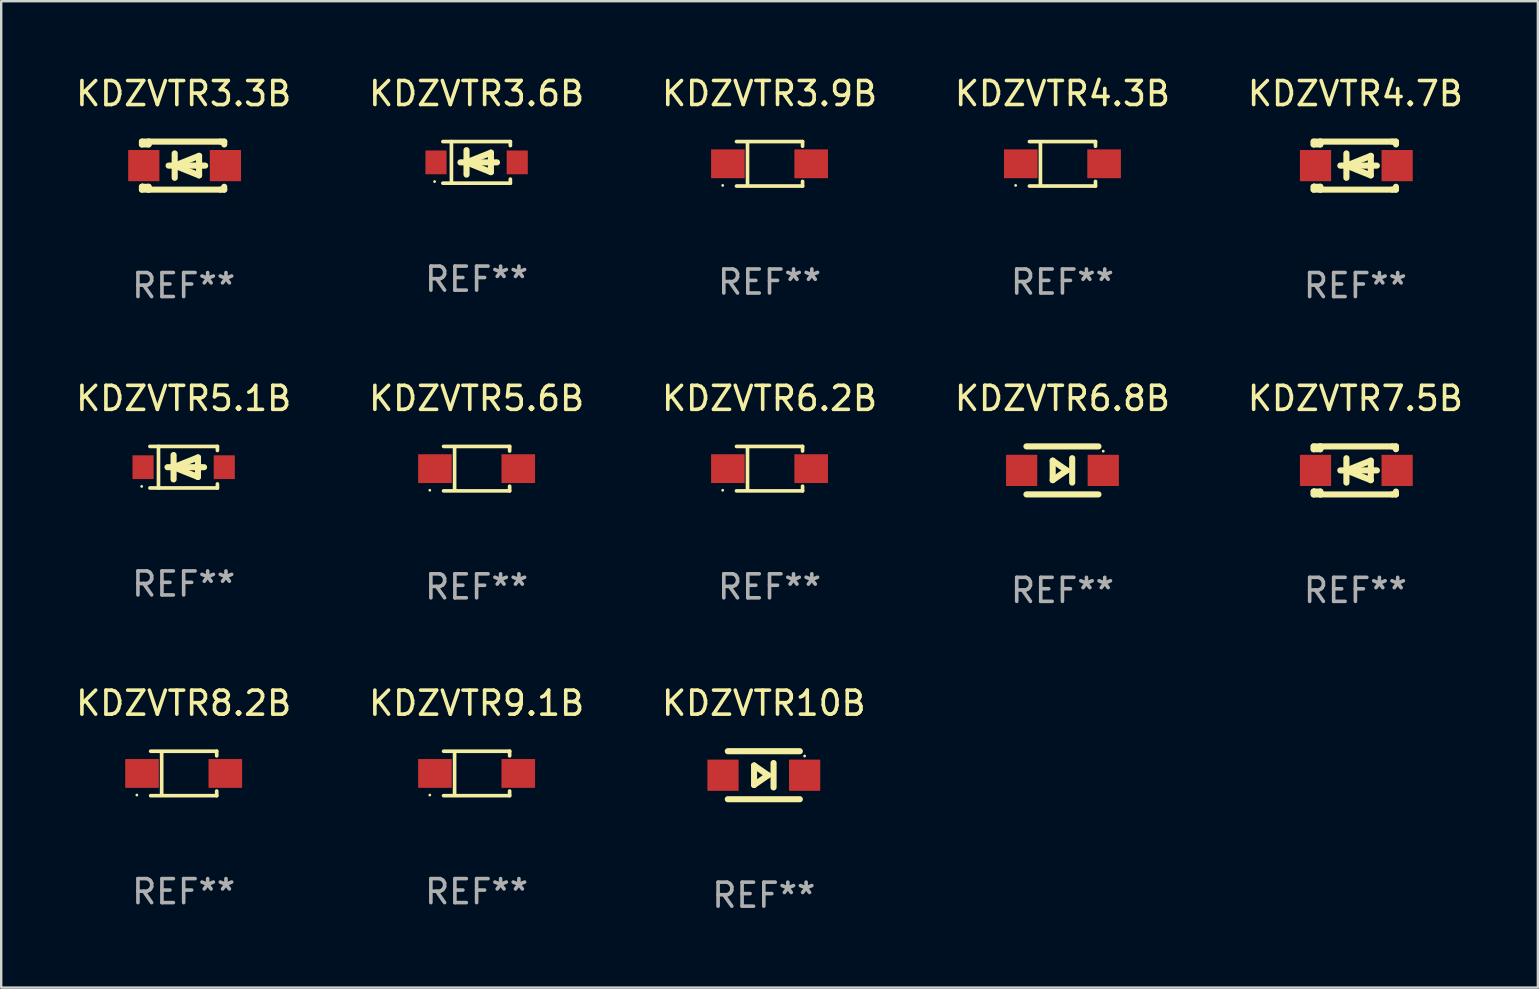
<source format=kicad_pcb>
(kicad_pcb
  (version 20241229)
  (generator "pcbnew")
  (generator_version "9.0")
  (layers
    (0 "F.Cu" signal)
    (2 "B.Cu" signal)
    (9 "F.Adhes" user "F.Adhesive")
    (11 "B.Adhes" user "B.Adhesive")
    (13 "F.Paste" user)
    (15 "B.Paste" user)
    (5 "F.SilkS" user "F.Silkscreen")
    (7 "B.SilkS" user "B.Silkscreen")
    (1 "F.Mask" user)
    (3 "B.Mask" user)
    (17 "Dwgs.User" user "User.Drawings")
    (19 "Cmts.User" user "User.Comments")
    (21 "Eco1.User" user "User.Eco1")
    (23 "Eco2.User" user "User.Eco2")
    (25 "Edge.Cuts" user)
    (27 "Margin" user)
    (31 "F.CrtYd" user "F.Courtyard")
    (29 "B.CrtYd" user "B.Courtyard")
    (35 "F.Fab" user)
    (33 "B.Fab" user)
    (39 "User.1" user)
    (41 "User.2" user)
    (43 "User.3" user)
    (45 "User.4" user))
  (footprint "KDZVTR3.3B"
    (layer "F.Cu")
    (at 4.601 3.849)
    (property "Reference" "KDZVTR3.3B" (at 0 -3 0) (layer "F.SilkS") (effects (font (size 1 1) (thickness 0.15))))
    (attr through_hole)
    (fp_line (start -1.739 -1) (end -1.739 -0.882) (stroke (width 0.254) (type solid)) (layer "F.SilkS"))
    (fp_line (start -1.739 1) (end -1.739 0.881) (stroke (width 0.254) (type solid)) (layer "F.SilkS"))
    (fp_line (start -1.461 -1) (end -1.739 -1) (stroke (width 0.254) (type solid)) (layer "F.SilkS"))
    (fp_line (start -1.461 -1) (end -1.461 -0.882) (stroke (width 0.254) (type solid)) (layer "F.SilkS"))
    (fp_line (start -1.461 -1) (end 1.539 -1) (stroke (width 0.254) (type solid)) (layer "F.SilkS"))
    (fp_line (start -1.461 -0.882) (end -1.739 -0.882) (stroke (width 0.254) (type solid)) (layer "F.SilkS"))
    (fp_line (start -1.461 0.881) (end -1.739 0.881) (stroke (width 0.254) (type solid)) (layer "F.SilkS"))
    (fp_line (start -1.461 0.881) (end -1.461 1) (stroke (width 0.254) (type solid)) (layer "F.SilkS"))
    (fp_line (start -1.461 1) (end -1.739 1) (stroke (width 0.254) (type solid)) (layer "F.SilkS"))
    (fp_line (start -0.628 -0.000394) (end 0.896 -0.000394) (stroke (width 0.254) (type solid)) (layer "F.SilkS"))
    (fp_line (start -0.374 -0.508) (end -0.374 0.508) (stroke (width 0.254) (type solid)) (layer "F.SilkS"))
    (fp_line (start -0.374 -0.000394) (end 0.642 -0.407) (stroke (width 0.254) (type solid)) (layer "F.SilkS"))
    (fp_line (start 0.642 -0.407) (end 0.642 0.406) (stroke (width 0.254) (type solid)) (layer "F.SilkS"))
    (fp_line (start 0.642 0.406) (end -0.374 -0.000394) (stroke (width 0.254) (type solid)) (layer "F.SilkS"))
    (fp_line (start 1.539 -1) (end 1.69 -1) (stroke (width 0.254) (type solid)) (layer "F.SilkS"))
    (fp_line (start 1.539 1) (end -1.461 1) (stroke (width 0.254) (type solid)) (layer "F.SilkS"))
    (fp_line (start 1.689 0.881) (end 1.689 1) (stroke (width 0.254) (type solid)) (layer "F.SilkS"))
    (fp_line (start 1.689 1) (end 1.539 1) (stroke (width 0.254) (type solid)) (layer "F.SilkS"))
    (fp_line (start 1.69 -1) (end 1.69 -0.882) (stroke (width 0.254) (type solid)) (layer "F.SilkS"))
    (fp_circle (center -1.711 0.8) (end -1.681 0.8) (stroke (width 0.06) (type solid)) (fill no) (layer "F.SilkS"))
    (fp_text user "REF**" (at 0 5 0) (layer "F.Fab") (effects (font (size 1 1) (thickness 0.15))))
    (pad "1" smd rect (at -1.661 -0.000394) (size 1.3 1.3) (layers "F.Cu" "F.Mask" "F.Paste"))
    (pad "2" smd rect (at 1.739 -0.000394) (size 1.3 1.3) (layers "F.Cu" "F.Mask" "F.Paste")))
  (footprint "KDZVTR3.9B"
    (layer "F.Cu")
    (at 29.006 3.774)
    (property "Reference" "KDZVTR3.9B" (at 0 -2.926 0) (layer "F.SilkS") (effects (font (size 1 1) (thickness 0.15))))
    (attr through_hole)
    (fp_line (start -1.376 -0.926) (end 1.376 -0.926) (stroke (width 0.152) (type solid)) (layer "F.SilkS"))
    (fp_line (start -1.376 0.926) (end 1.376 0.926) (stroke (width 0.152) (type solid)) (layer "F.SilkS"))
    (fp_line (start -0.917 -0.876) (end -0.917 0.876) (stroke (width 0.152) (type solid)) (layer "F.SilkS"))
    (fp_line (start 1.376 -0.926) (end 1.376 -0.733) (stroke (width 0.152) (type solid)) (layer "F.SilkS"))
    (fp_line (start 1.376 0.926) (end 1.376 0.733) (stroke (width 0.152) (type solid)) (layer "F.SilkS"))
    (fp_circle (center -1.95 0.9) (end -1.92 0.9) (stroke (width 0.06) (type solid)) (fill no) (layer "F.SilkS"))
    (fp_text user "REF**" (at 0 4.926 0) (layer "F.Fab") (effects (font (size 1 1) (thickness 0.15))))
    (pad "1" smd rect (at -1.735 0) (size 1.4 1.2) (layers "F.Cu" "F.Mask" "F.Paste"))
    (pad "2" smd rect (at 1.735 0) (size 1.4 1.2) (layers "F.Cu" "F.Mask" "F.Paste")))
  (footprint "KDZVTR5.1B"
    (layer "F.Cu")
    (at 4.601 16.412)
    (property "Reference" "KDZVTR5.1B" (at 0 -2.866 0) (layer "F.SilkS") (effects (font (size 1 1) (thickness 0.15))))
    (attr through_hole)
    (fp_line (start -1.406 -0.866) (end 1.406 -0.866) (stroke (width 0.152) (type solid)) (layer "F.SilkS"))
    (fp_line (start -1.406 0.866) (end 1.406 0.866) (stroke (width 0.152) (type solid)) (layer "F.SilkS"))
    (fp_line (start -1.049 -0.866) (end -1.049 0.866) (stroke (width 0.152) (type solid)) (layer "F.SilkS"))
    (fp_line (start -0.674 0) (end 0.85 0) (stroke (width 0.254) (type solid)) (layer "F.SilkS"))
    (fp_line (start -0.42 -0.508) (end -0.42 0.508) (stroke (width 0.254) (type solid)) (layer "F.SilkS"))
    (fp_line (start -0.42 0) (end 0.596 -0.406) (stroke (width 0.254) (type solid)) (layer "F.SilkS"))
    (fp_line (start 0.596 -0.406) (end 0.596 0.406) (stroke (width 0.254) (type solid)) (layer "F.SilkS"))
    (fp_line (start 0.596 0.406) (end -0.42 0) (stroke (width 0.254) (type solid)) (layer "F.SilkS"))
    (fp_line (start 1.406 -0.866) (end 1.406 -0.698) (stroke (width 0.152) (type solid)) (layer "F.SilkS"))
    (fp_line (start 1.406 0.866) (end 1.406 0.698) (stroke (width 0.152) (type solid)) (layer "F.SilkS"))
    (fp_circle (center -1.75 0.8) (end -1.72 0.8) (stroke (width 0.06) (type solid)) (fill no) (layer "F.SilkS"))
    (fp_text user "REF**" (at 0 4.866 0) (layer "F.Fab") (effects (font (size 1 1) (thickness 0.15))))
    (pad "1" smd rect (at -1.692 0) (size 0.88 0.99) (layers "F.Cu" "F.Mask" "F.Paste"))
    (pad "2" smd rect (at 1.692 0) (size 0.88 0.99) (layers "F.Cu" "F.Mask" "F.Paste")))
  (footprint "KDZVTR3.6B"
    (layer "F.Cu")
    (at 16.804 3.714)
    (property "Reference" "KDZVTR3.6B" (at 0 -2.866 0) (layer "F.SilkS") (effects (font (size 1 1) (thickness 0.15))))
    (attr through_hole)
    (fp_line (start -1.406 -0.866) (end 1.406 -0.866) (stroke (width 0.152) (type solid)) (layer "F.SilkS"))
    (fp_line (start -1.406 0.866) (end 1.406 0.866) (stroke (width 0.152) (type solid)) (layer "F.SilkS"))
    (fp_line (start -1.049 -0.866) (end -1.049 0.866) (stroke (width 0.152) (type solid)) (layer "F.SilkS"))
    (fp_line (start -0.674 0) (end 0.85 0) (stroke (width 0.254) (type solid)) (layer "F.SilkS"))
    (fp_line (start -0.42 -0.508) (end -0.42 0.508) (stroke (width 0.254) (type solid)) (layer "F.SilkS"))
    (fp_line (start -0.42 0) (end 0.596 -0.406) (stroke (width 0.254) (type solid)) (layer "F.SilkS"))
    (fp_line (start 0.596 -0.406) (end 0.596 0.406) (stroke (width 0.254) (type solid)) (layer "F.SilkS"))
    (fp_line (start 0.596 0.406) (end -0.42 0) (stroke (width 0.254) (type solid)) (layer "F.SilkS"))
    (fp_line (start 1.406 -0.866) (end 1.406 -0.698) (stroke (width 0.152) (type solid)) (layer "F.SilkS"))
    (fp_line (start 1.406 0.866) (end 1.406 0.698) (stroke (width 0.152) (type solid)) (layer "F.SilkS"))
    (fp_circle (center -1.75 0.8) (end -1.72 0.8) (stroke (width 0.06) (type solid)) (fill no) (layer "F.SilkS"))
    (fp_text user "REF**" (at 0 4.866 0) (layer "F.Fab") (effects (font (size 1 1) (thickness 0.15))))
    (pad "1" smd rect (at -1.692 0) (size 0.88 0.99) (layers "F.Cu" "F.Mask" "F.Paste"))
    (pad "2" smd rect (at 1.692 0) (size 0.88 0.99) (layers "F.Cu" "F.Mask" "F.Paste")))
  (footprint "KDZVTR6.8B"
    (layer "F.Cu")
    (at 41.208 16.545)
    (property "Reference" "KDZVTR6.8B" (at 0 -3 0) (layer "F.SilkS") (effects (font (size 1 1) (thickness 0.15))))
    (attr through_hole)
    (fp_line (start -1.5 -1) (end 1.5 -1) (stroke (width 0.254) (type solid)) (layer "F.SilkS"))
    (fp_line (start -0.406 -0.406) (end 0.178 0) (stroke (width 0.254) (type solid)) (layer "F.SilkS"))
    (fp_line (start -0.406 0.406) (end -0.406 -0.406) (stroke (width 0.254) (type solid)) (layer "F.SilkS"))
    (fp_line (start 0.178 0) (end -0.406 0.406) (stroke (width 0.254) (type solid)) (layer "F.SilkS"))
    (fp_line (start 0.406 0.508) (end 0.406 -0.508) (stroke (width 0.254) (type solid)) (layer "F.SilkS"))
    (fp_line (start 1.5 1) (end -1.5 1) (stroke (width 0.254) (type solid)) (layer "F.SilkS"))
    (fp_circle (center 1.7 -0.8) (end 1.73 -0.8) (stroke (width 0.06) (type solid)) (fill no) (layer "F.SilkS"))
    (fp_text user "REF**" (at 0 5 0) (layer "F.Fab") (effects (font (size 1 1) (thickness 0.15))))
    (pad "1" smd rect (at 1.7 0 180) (size 1.3 1.3) (layers "F.Cu" "F.Mask" "F.Paste"))
    (pad "2" smd rect (at -1.7 0 180) (size 1.3 1.3) (layers "F.Cu" "F.Mask" "F.Paste")))
  (footprint "KDZVTR4.3B"
    (layer "F.Cu")
    (at 41.208 3.774)
    (property "Reference" "KDZVTR4.3B" (at 0 -2.926 0) (layer "F.SilkS") (effects (font (size 1 1) (thickness 0.15))))
    (attr through_hole)
    (fp_line (start -1.376 -0.926) (end 1.376 -0.926) (stroke (width 0.152) (type solid)) (layer "F.SilkS"))
    (fp_line (start -1.376 0.926) (end 1.376 0.926) (stroke (width 0.152) (type solid)) (layer "F.SilkS"))
    (fp_line (start -0.917 -0.876) (end -0.917 0.876) (stroke (width 0.152) (type solid)) (layer "F.SilkS"))
    (fp_line (start 1.376 -0.926) (end 1.376 -0.733) (stroke (width 0.152) (type solid)) (layer "F.SilkS"))
    (fp_line (start 1.376 0.926) (end 1.376 0.733) (stroke (width 0.152) (type solid)) (layer "F.SilkS"))
    (fp_circle (center -1.95 0.9) (end -1.92 0.9) (stroke (width 0.06) (type solid)) (fill no) (layer "F.SilkS"))
    (fp_text user "REF**" (at 0 4.926 0) (layer "F.Fab") (effects (font (size 1 1) (thickness 0.15))))
    (pad "1" smd rect (at -1.735 0) (size 1.4 1.2) (layers "F.Cu" "F.Mask" "F.Paste"))
    (pad "2" smd rect (at 1.735 0) (size 1.4 1.2) (layers "F.Cu" "F.Mask" "F.Paste")))
  (footprint "KDZVTR8.2B"
    (layer "F.Cu")
    (at 4.601 29.169)
    (property "Reference" "KDZVTR8.2B" (at 0 -2.926 0) (layer "F.SilkS") (effects (font (size 1 1) (thickness 0.15))))
    (attr through_hole)
    (fp_line (start -1.376 -0.926) (end 1.376 -0.926) (stroke (width 0.152) (type solid)) (layer "F.SilkS"))
    (fp_line (start -1.376 0.926) (end 1.376 0.926) (stroke (width 0.152) (type solid)) (layer "F.SilkS"))
    (fp_line (start -0.917 -0.876) (end -0.917 0.876) (stroke (width 0.152) (type solid)) (layer "F.SilkS"))
    (fp_line (start 1.376 -0.926) (end 1.376 -0.733) (stroke (width 0.152) (type solid)) (layer "F.SilkS"))
    (fp_line (start 1.376 0.926) (end 1.376 0.733) (stroke (width 0.152) (type solid)) (layer "F.SilkS"))
    (fp_circle (center -1.95 0.9) (end -1.92 0.9) (stroke (width 0.06) (type solid)) (fill no) (layer "F.SilkS"))
    (fp_text user "REF**" (at 0 4.926 0) (layer "F.Fab") (effects (font (size 1 1) (thickness 0.15))))
    (pad "1" smd rect (at -1.735 0) (size 1.4 1.2) (layers "F.Cu" "F.Mask" "F.Paste"))
    (pad "2" smd rect (at 1.735 0) (size 1.4 1.2) (layers "F.Cu" "F.Mask" "F.Paste")))
  (footprint "KDZVTR7.5B"
    (layer "F.Cu")
    (at 53.411 16.546)
    (property "Reference" "KDZVTR7.5B" (at 0 -3 0) (layer "F.SilkS") (effects (font (size 1 1) (thickness 0.15))))
    (attr through_hole)
    (fp_line (start -1.739 -1) (end -1.739 -0.882) (stroke (width 0.254) (type solid)) (layer "F.SilkS"))
    (fp_line (start -1.739 1) (end -1.739 0.881) (stroke (width 0.254) (type solid)) (layer "F.SilkS"))
    (fp_line (start -1.461 -1) (end -1.739 -1) (stroke (width 0.254) (type solid)) (layer "F.SilkS"))
    (fp_line (start -1.461 -1) (end -1.461 -0.882) (stroke (width 0.254) (type solid)) (layer "F.SilkS"))
    (fp_line (start -1.461 -1) (end 1.539 -1) (stroke (width 0.254) (type solid)) (layer "F.SilkS"))
    (fp_line (start -1.461 -0.882) (end -1.739 -0.882) (stroke (width 0.254) (type solid)) (layer "F.SilkS"))
    (fp_line (start -1.461 0.881) (end -1.739 0.881) (stroke (width 0.254) (type solid)) (layer "F.SilkS"))
    (fp_line (start -1.461 0.881) (end -1.461 1) (stroke (width 0.254) (type solid)) (layer "F.SilkS"))
    (fp_line (start -1.461 1) (end -1.739 1) (stroke (width 0.254) (type solid)) (layer "F.SilkS"))
    (fp_line (start -0.628 -0.000394) (end 0.896 -0.000394) (stroke (width 0.254) (type solid)) (layer "F.SilkS"))
    (fp_line (start -0.374 -0.508) (end -0.374 0.508) (stroke (width 0.254) (type solid)) (layer "F.SilkS"))
    (fp_line (start -0.374 -0.000394) (end 0.642 -0.407) (stroke (width 0.254) (type solid)) (layer "F.SilkS"))
    (fp_line (start 0.642 -0.407) (end 0.642 0.406) (stroke (width 0.254) (type solid)) (layer "F.SilkS"))
    (fp_line (start 0.642 0.406) (end -0.374 -0.000394) (stroke (width 0.254) (type solid)) (layer "F.SilkS"))
    (fp_line (start 1.539 -1) (end 1.69 -1) (stroke (width 0.254) (type solid)) (layer "F.SilkS"))
    (fp_line (start 1.539 1) (end -1.461 1) (stroke (width 0.254) (type solid)) (layer "F.SilkS"))
    (fp_line (start 1.689 0.881) (end 1.689 1) (stroke (width 0.254) (type solid)) (layer "F.SilkS"))
    (fp_line (start 1.689 1) (end 1.539 1) (stroke (width 0.254) (type solid)) (layer "F.SilkS"))
    (fp_line (start 1.69 -1) (end 1.69 -0.882) (stroke (width 0.254) (type solid)) (layer "F.SilkS"))
    (fp_circle (center -1.711 0.8) (end -1.681 0.8) (stroke (width 0.06) (type solid)) (fill no) (layer "F.SilkS"))
    (fp_text user "REF**" (at 0 5 0) (layer "F.Fab") (effects (font (size 1 1) (thickness 0.15))))
    (pad "1" smd rect (at -1.661 -0.000394) (size 1.3 1.3) (layers "F.Cu" "F.Mask" "F.Paste"))
    (pad "2" smd rect (at 1.739 -0.000394) (size 1.3 1.3) (layers "F.Cu" "F.Mask" "F.Paste")))
  (footprint "KDZVTR6.2B"
    (layer "F.Cu")
    (at 29.006 16.472)
    (property "Reference" "KDZVTR6.2B" (at 0 -2.926 0) (layer "F.SilkS") (effects (font (size 1 1) (thickness 0.15))))
    (attr through_hole)
    (fp_line (start -1.376 -0.926) (end 1.376 -0.926) (stroke (width 0.152) (type solid)) (layer "F.SilkS"))
    (fp_line (start -1.376 0.926) (end 1.376 0.926) (stroke (width 0.152) (type solid)) (layer "F.SilkS"))
    (fp_line (start -0.917 -0.876) (end -0.917 0.876) (stroke (width 0.152) (type solid)) (layer "F.SilkS"))
    (fp_line (start 1.376 -0.926) (end 1.376 -0.733) (stroke (width 0.152) (type solid)) (layer "F.SilkS"))
    (fp_line (start 1.376 0.926) (end 1.376 0.733) (stroke (width 0.152) (type solid)) (layer "F.SilkS"))
    (fp_circle (center -1.95 0.9) (end -1.92 0.9) (stroke (width 0.06) (type solid)) (fill no) (layer "F.SilkS"))
    (fp_text user "REF**" (at 0 4.926 0) (layer "F.Fab") (effects (font (size 1 1) (thickness 0.15))))
    (pad "1" smd rect (at -1.735 0) (size 1.4 1.2) (layers "F.Cu" "F.Mask" "F.Paste"))
    (pad "2" smd rect (at 1.735 0) (size 1.4 1.2) (layers "F.Cu" "F.Mask" "F.Paste")))
  (footprint "KDZVTR4.7B"
    (layer "F.Cu")
    (at 53.411 3.849)
    (property "Reference" "KDZVTR4.7B" (at 0 -3 0) (layer "F.SilkS") (effects (font (size 1 1) (thickness 0.15))))
    (attr through_hole)
    (fp_line (start -1.739 -1) (end -1.739 -0.882) (stroke (width 0.254) (type solid)) (layer "F.SilkS"))
    (fp_line (start -1.739 1) (end -1.739 0.881) (stroke (width 0.254) (type solid)) (layer "F.SilkS"))
    (fp_line (start -1.461 -1) (end -1.739 -1) (stroke (width 0.254) (type solid)) (layer "F.SilkS"))
    (fp_line (start -1.461 -1) (end -1.461 -0.882) (stroke (width 0.254) (type solid)) (layer "F.SilkS"))
    (fp_line (start -1.461 -1) (end 1.539 -1) (stroke (width 0.254) (type solid)) (layer "F.SilkS"))
    (fp_line (start -1.461 -0.882) (end -1.739 -0.882) (stroke (width 0.254) (type solid)) (layer "F.SilkS"))
    (fp_line (start -1.461 0.881) (end -1.739 0.881) (stroke (width 0.254) (type solid)) (layer "F.SilkS"))
    (fp_line (start -1.461 0.881) (end -1.461 1) (stroke (width 0.254) (type solid)) (layer "F.SilkS"))
    (fp_line (start -1.461 1) (end -1.739 1) (stroke (width 0.254) (type solid)) (layer "F.SilkS"))
    (fp_line (start -0.628 -0.000394) (end 0.896 -0.000394) (stroke (width 0.254) (type solid)) (layer "F.SilkS"))
    (fp_line (start -0.374 -0.508) (end -0.374 0.508) (stroke (width 0.254) (type solid)) (layer "F.SilkS"))
    (fp_line (start -0.374 -0.000394) (end 0.642 -0.407) (stroke (width 0.254) (type solid)) (layer "F.SilkS"))
    (fp_line (start 0.642 -0.407) (end 0.642 0.406) (stroke (width 0.254) (type solid)) (layer "F.SilkS"))
    (fp_line (start 0.642 0.406) (end -0.374 -0.000394) (stroke (width 0.254) (type solid)) (layer "F.SilkS"))
    (fp_line (start 1.539 -1) (end 1.69 -1) (stroke (width 0.254) (type solid)) (layer "F.SilkS"))
    (fp_line (start 1.539 1) (end -1.461 1) (stroke (width 0.254) (type solid)) (layer "F.SilkS"))
    (fp_line (start 1.689 0.881) (end 1.689 1) (stroke (width 0.254) (type solid)) (layer "F.SilkS"))
    (fp_line (start 1.689 1) (end 1.539 1) (stroke (width 0.254) (type solid)) (layer "F.SilkS"))
    (fp_line (start 1.69 -1) (end 1.69 -0.882) (stroke (width 0.254) (type solid)) (layer "F.SilkS"))
    (fp_circle (center -1.711 0.8) (end -1.681 0.8) (stroke (width 0.06) (type solid)) (fill no) (layer "F.SilkS"))
    (fp_text user "REF**" (at 0 5 0) (layer "F.Fab") (effects (font (size 1 1) (thickness 0.15))))
    (pad "1" smd rect (at -1.661 -0.000394) (size 1.3 1.3) (layers "F.Cu" "F.Mask" "F.Paste"))
    (pad "2" smd rect (at 1.739 -0.000394) (size 1.3 1.3) (layers "F.Cu" "F.Mask" "F.Paste")))
  (footprint "KDZVTR5.6B"
    (layer "F.Cu")
    (at 16.804 16.472)
    (property "Reference" "KDZVTR5.6B" (at 0 -2.926 0) (layer "F.SilkS") (effects (font (size 1 1) (thickness 0.15))))
    (attr through_hole)
    (fp_line (start -1.376 -0.926) (end 1.376 -0.926) (stroke (width 0.152) (type solid)) (layer "F.SilkS"))
    (fp_line (start -1.376 0.926) (end 1.376 0.926) (stroke (width 0.152) (type solid)) (layer "F.SilkS"))
    (fp_line (start -0.917 -0.876) (end -0.917 0.876) (stroke (width 0.152) (type solid)) (layer "F.SilkS"))
    (fp_line (start 1.376 -0.926) (end 1.376 -0.733) (stroke (width 0.152) (type solid)) (layer "F.SilkS"))
    (fp_line (start 1.376 0.926) (end 1.376 0.733) (stroke (width 0.152) (type solid)) (layer "F.SilkS"))
    (fp_circle (center -1.95 0.9) (end -1.92 0.9) (stroke (width 0.06) (type solid)) (fill no) (layer "F.SilkS"))
    (fp_text user "REF**" (at 0 4.926 0) (layer "F.Fab") (effects (font (size 1 1) (thickness 0.15))))
    (pad "1" smd rect (at -1.735 0) (size 1.4 1.2) (layers "F.Cu" "F.Mask" "F.Paste"))
    (pad "2" smd rect (at 1.735 0) (size 1.4 1.2) (layers "F.Cu" "F.Mask" "F.Paste")))
  (footprint "KDZVTR9.1B"
    (layer "F.Cu")
    (at 16.804 29.169)
    (property "Reference" "KDZVTR9.1B" (at 0 -2.926 0) (layer "F.SilkS") (effects (font (size 1 1) (thickness 0.15))))
    (attr through_hole)
    (fp_line (start -1.376 -0.926) (end 1.376 -0.926) (stroke (width 0.152) (type solid)) (layer "F.SilkS"))
    (fp_line (start -1.376 0.926) (end 1.376 0.926) (stroke (width 0.152) (type solid)) (layer "F.SilkS"))
    (fp_line (start -0.917 -0.876) (end -0.917 0.876) (stroke (width 0.152) (type solid)) (layer "F.SilkS"))
    (fp_line (start 1.376 -0.926) (end 1.376 -0.733) (stroke (width 0.152) (type solid)) (layer "F.SilkS"))
    (fp_line (start 1.376 0.926) (end 1.376 0.733) (stroke (width 0.152) (type solid)) (layer "F.SilkS"))
    (fp_circle (center -1.95 0.9) (end -1.92 0.9) (stroke (width 0.06) (type solid)) (fill no) (layer "F.SilkS"))
    (fp_text user "REF**" (at 0 4.926 0) (layer "F.Fab") (effects (font (size 1 1) (thickness 0.15))))
    (pad "1" smd rect (at -1.735 0) (size 1.4 1.2) (layers "F.Cu" "F.Mask" "F.Paste"))
    (pad "2" smd rect (at 1.735 0) (size 1.4 1.2) (layers "F.Cu" "F.Mask" "F.Paste")))
  (footprint "KDZVTR10B"
    (layer "F.Cu")
    (at 28.768 29.243)
    (property "Reference" "KDZVTR10B" (at 0 -3 0) (layer "F.SilkS") (effects (font (size 1 1) (thickness 0.15))))
    (attr through_hole)
    (fp_line (start -1.5 -1) (end 1.5 -1) (stroke (width 0.254) (type solid)) (layer "F.SilkS"))
    (fp_line (start -0.406 -0.406) (end 0.178 0) (stroke (width 0.254) (type solid)) (layer "F.SilkS"))
    (fp_line (start -0.406 0.406) (end -0.406 -0.406) (stroke (width 0.254) (type solid)) (layer "F.SilkS"))
    (fp_line (start 0.178 0) (end -0.406 0.406) (stroke (width 0.254) (type solid)) (layer "F.SilkS"))
    (fp_line (start 0.406 0.508) (end 0.406 -0.508) (stroke (width 0.254) (type solid)) (layer "F.SilkS"))
    (fp_line (start 1.5 1) (end -1.5 1) (stroke (width 0.254) (type solid)) (layer "F.SilkS"))
    (fp_circle (center 1.7 -0.8) (end 1.73 -0.8) (stroke (width 0.06) (type solid)) (fill no) (layer "F.SilkS"))
    (fp_text user "REF**" (at 0 5 0) (layer "F.Fab") (effects (font (size 1 1) (thickness 0.15))))
    (pad "1" smd rect (at 1.7 -0.000051 180) (size 1.3 1.3) (layers "F.Cu" "F.Mask" "F.Paste"))
    (pad "2" smd rect (at -1.7 -0.000051 180) (size 1.3 1.3) (layers "F.Cu" "F.Mask" "F.Paste")))
  (gr_rect
    (start -3 -3)
    (end 61.012 38.091)
    (stroke (width 0.1) (type default))
    (fill no)
    (layer "Edge.Cuts")))
</source>
